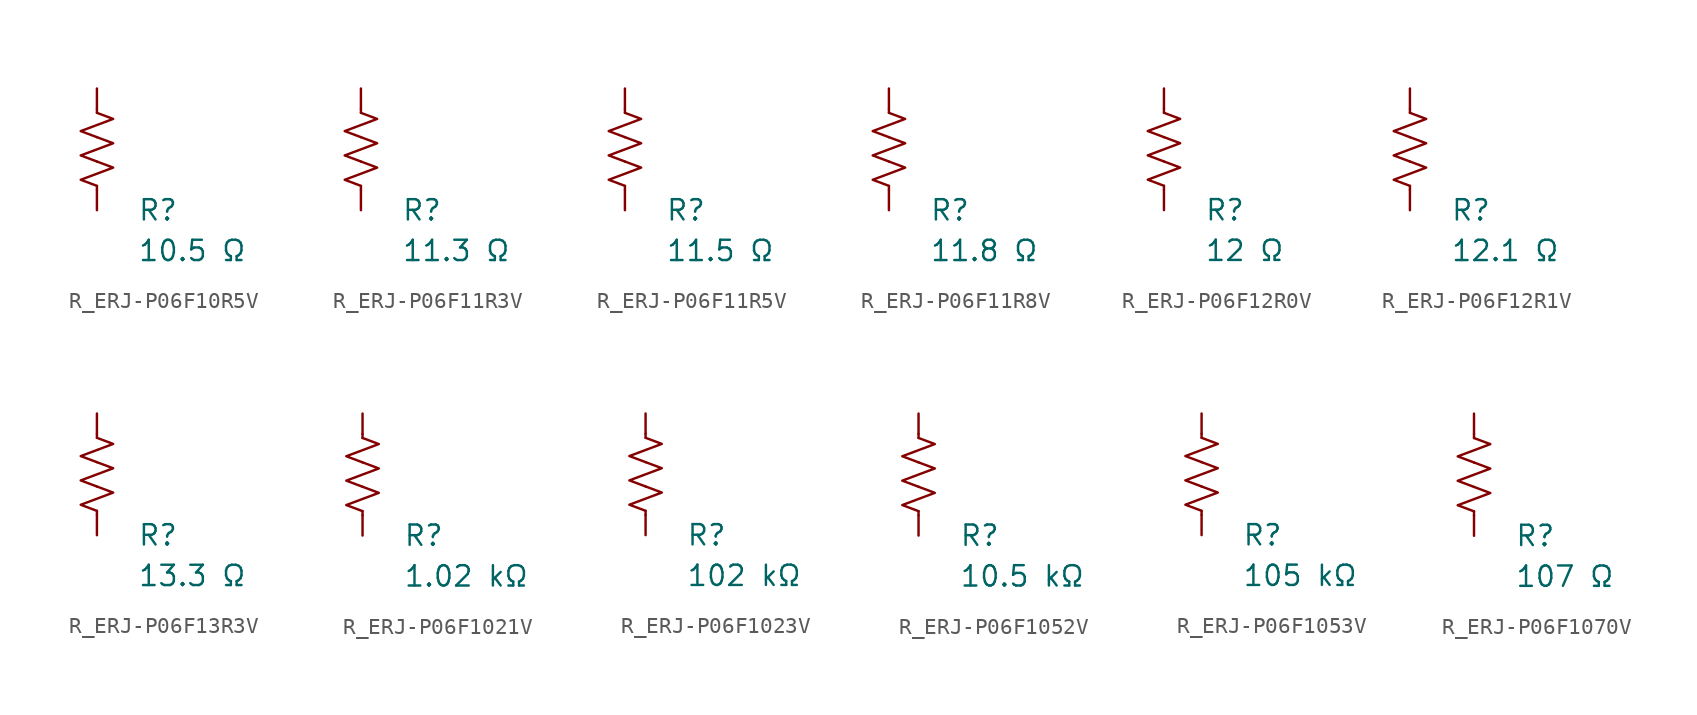
<source format=kicad_sym>
(kicad_symbol_lib
  (version 20231120)
  (generator "kicad_symbol_editor")
  (generator_version "8.0")
  (symbol "R_ERJ-P06F10R5V"
    (pin_numbers hide)
    (pin_names
      (offset 0))
    (property "Reference" "R"
      (at 2.54 -3.81 0)
      (effects (font (size 1.27 1.27)) (justify left))
      (show_name no))
    (property "Value" "10.5 Ω"
      (at 2.54 -6.35 0)
      (effects (font (size 1.27 1.27)) (justify left))
      (show_name no))
    (symbol "R_ERJ-P06F10R5V_0_1"
      (polyline (pts (xy 0 -2.286) (xy 0 -2.54)) (stroke (width 0) (type default)) (fill (type none)))
      (polyline (pts (xy 0 2.286) (xy 0 2.54)) (stroke (width 0) (type default)) (fill (type none)))
      (polyline (pts (xy 0 -0.762) (xy 1.016 -1.143) (xy 0 -1.524) (xy -1.016 -1.905) (xy 0 -2.286)) (stroke (width 0) (type default)) (fill (type none)))
      (polyline (pts (xy 0 0.762) (xy 1.016 0.381) (xy 0 0) (xy -1.016 -0.381) (xy 0 -0.762)) (stroke (width 0) (type default)) (fill (type none)))
      (polyline (pts (xy 0 2.286) (xy 1.016 1.905) (xy 0 1.524) (xy -1.016 1.143) (xy 0 0.762)) (stroke (width 0) (type default)) (fill (type none))))
    (symbol "R_ERJ-P06F10R5V_1_1"
      (pin passive line (at 0 3.81 270) (length 1.27) (name "~" (effects (font (size 1.27 1.27)))) (number "1" (effects (font (size 1.27 1.27)))))
      (pin passive line (at 0 -3.81 90) (length 1.27) (name "~" (effects (font (size 1.27 1.27)))) (number "2" (effects (font (size 1.27 1.27)))))))
  (symbol "R_ERJ-P06F11R3V"
    (pin_numbers hide)
    (pin_names
      (offset 0))
    (property "Reference" "R"
      (at 2.54 -3.81 0)
      (effects (font (size 1.27 1.27)) (justify left))
      (show_name no))
    (property "Value" "11.3 Ω"
      (at 2.54 -6.35 0)
      (effects (font (size 1.27 1.27)) (justify left))
      (show_name no))
    (symbol "R_ERJ-P06F11R3V_0_1"
      (polyline (pts (xy 0 -2.286) (xy 0 -2.54)) (stroke (width 0) (type default)) (fill (type none)))
      (polyline (pts (xy 0 2.286) (xy 0 2.54)) (stroke (width 0) (type default)) (fill (type none)))
      (polyline (pts (xy 0 -0.762) (xy 1.016 -1.143) (xy 0 -1.524) (xy -1.016 -1.905) (xy 0 -2.286)) (stroke (width 0) (type default)) (fill (type none)))
      (polyline (pts (xy 0 0.762) (xy 1.016 0.381) (xy 0 0) (xy -1.016 -0.381) (xy 0 -0.762)) (stroke (width 0) (type default)) (fill (type none)))
      (polyline (pts (xy 0 2.286) (xy 1.016 1.905) (xy 0 1.524) (xy -1.016 1.143) (xy 0 0.762)) (stroke (width 0) (type default)) (fill (type none))))
    (symbol "R_ERJ-P06F11R3V_1_1"
      (pin passive line (at 0 3.81 270) (length 1.27) (name "~" (effects (font (size 1.27 1.27)))) (number "1" (effects (font (size 1.27 1.27)))))
      (pin passive line (at 0 -3.81 90) (length 1.27) (name "~" (effects (font (size 1.27 1.27)))) (number "2" (effects (font (size 1.27 1.27)))))))
  (symbol "R_ERJ-P06F11R5V"
    (pin_numbers hide)
    (pin_names
      (offset 0))
    (property "Reference" "R"
      (at 2.54 -3.81 0)
      (effects (font (size 1.27 1.27)) (justify left))
      (show_name no))
    (property "Value" "11.5 Ω"
      (at 2.54 -6.35 0)
      (effects (font (size 1.27 1.27)) (justify left))
      (show_name no))
    (symbol "R_ERJ-P06F11R5V_0_1"
      (polyline (pts (xy 0 -2.286) (xy 0 -2.54)) (stroke (width 0) (type default)) (fill (type none)))
      (polyline (pts (xy 0 2.286) (xy 0 2.54)) (stroke (width 0) (type default)) (fill (type none)))
      (polyline (pts (xy 0 -0.762) (xy 1.016 -1.143) (xy 0 -1.524) (xy -1.016 -1.905) (xy 0 -2.286)) (stroke (width 0) (type default)) (fill (type none)))
      (polyline (pts (xy 0 0.762) (xy 1.016 0.381) (xy 0 0) (xy -1.016 -0.381) (xy 0 -0.762)) (stroke (width 0) (type default)) (fill (type none)))
      (polyline (pts (xy 0 2.286) (xy 1.016 1.905) (xy 0 1.524) (xy -1.016 1.143) (xy 0 0.762)) (stroke (width 0) (type default)) (fill (type none))))
    (symbol "R_ERJ-P06F11R5V_1_1"
      (pin passive line (at 0 3.81 270) (length 1.27) (name "~" (effects (font (size 1.27 1.27)))) (number "1" (effects (font (size 1.27 1.27)))))
      (pin passive line (at 0 -3.81 90) (length 1.27) (name "~" (effects (font (size 1.27 1.27)))) (number "2" (effects (font (size 1.27 1.27)))))))
  (symbol "R_ERJ-P06F11R8V"
    (pin_numbers hide)
    (pin_names
      (offset 0))
    (property "Reference" "R"
      (at 2.54 -3.81 0)
      (effects (font (size 1.27 1.27)) (justify left))
      (show_name no))
    (property "Value" "11.8 Ω"
      (at 2.54 -6.35 0)
      (effects (font (size 1.27 1.27)) (justify left))
      (show_name no))
    (symbol "R_ERJ-P06F11R8V_0_1"
      (polyline (pts (xy 0 -2.286) (xy 0 -2.54)) (stroke (width 0) (type default)) (fill (type none)))
      (polyline (pts (xy 0 2.286) (xy 0 2.54)) (stroke (width 0) (type default)) (fill (type none)))
      (polyline (pts (xy 0 -0.762) (xy 1.016 -1.143) (xy 0 -1.524) (xy -1.016 -1.905) (xy 0 -2.286)) (stroke (width 0) (type default)) (fill (type none)))
      (polyline (pts (xy 0 0.762) (xy 1.016 0.381) (xy 0 0) (xy -1.016 -0.381) (xy 0 -0.762)) (stroke (width 0) (type default)) (fill (type none)))
      (polyline (pts (xy 0 2.286) (xy 1.016 1.905) (xy 0 1.524) (xy -1.016 1.143) (xy 0 0.762)) (stroke (width 0) (type default)) (fill (type none))))
    (symbol "R_ERJ-P06F11R8V_1_1"
      (pin passive line (at 0 3.81 270) (length 1.27) (name "~" (effects (font (size 1.27 1.27)))) (number "1" (effects (font (size 1.27 1.27)))))
      (pin passive line (at 0 -3.81 90) (length 1.27) (name "~" (effects (font (size 1.27 1.27)))) (number "2" (effects (font (size 1.27 1.27)))))))
  (symbol "R_ERJ-P06F12R0V"
    (pin_numbers hide)
    (pin_names
      (offset 0))
    (property "Reference" "R"
      (at 2.54 -3.81 0)
      (effects (font (size 1.27 1.27)) (justify left))
      (show_name no))
    (property "Value" "12 Ω"
      (at 2.54 -6.35 0)
      (effects (font (size 1.27 1.27)) (justify left))
      (show_name no))
    (symbol "R_ERJ-P06F12R0V_0_1"
      (polyline (pts (xy 0 -2.286) (xy 0 -2.54)) (stroke (width 0) (type default)) (fill (type none)))
      (polyline (pts (xy 0 2.286) (xy 0 2.54)) (stroke (width 0) (type default)) (fill (type none)))
      (polyline (pts (xy 0 -0.762) (xy 1.016 -1.143) (xy 0 -1.524) (xy -1.016 -1.905) (xy 0 -2.286)) (stroke (width 0) (type default)) (fill (type none)))
      (polyline (pts (xy 0 0.762) (xy 1.016 0.381) (xy 0 0) (xy -1.016 -0.381) (xy 0 -0.762)) (stroke (width 0) (type default)) (fill (type none)))
      (polyline (pts (xy 0 2.286) (xy 1.016 1.905) (xy 0 1.524) (xy -1.016 1.143) (xy 0 0.762)) (stroke (width 0) (type default)) (fill (type none))))
    (symbol "R_ERJ-P06F12R0V_1_1"
      (pin passive line (at 0 3.81 270) (length 1.27) (name "~" (effects (font (size 1.27 1.27)))) (number "1" (effects (font (size 1.27 1.27)))))
      (pin passive line (at 0 -3.81 90) (length 1.27) (name "~" (effects (font (size 1.27 1.27)))) (number "2" (effects (font (size 1.27 1.27)))))))
  (symbol "R_ERJ-P06F12R1V"
    (pin_numbers hide)
    (pin_names
      (offset 0))
    (property "Reference" "R"
      (at 2.54 -3.81 0)
      (effects (font (size 1.27 1.27)) (justify left))
      (show_name no))
    (property "Value" "12.1 Ω"
      (at 2.54 -6.35 0)
      (effects (font (size 1.27 1.27)) (justify left))
      (show_name no))
    (symbol "R_ERJ-P06F12R1V_0_1"
      (polyline (pts (xy 0 -2.286) (xy 0 -2.54)) (stroke (width 0) (type default)) (fill (type none)))
      (polyline (pts (xy 0 2.286) (xy 0 2.54)) (stroke (width 0) (type default)) (fill (type none)))
      (polyline (pts (xy 0 -0.762) (xy 1.016 -1.143) (xy 0 -1.524) (xy -1.016 -1.905) (xy 0 -2.286)) (stroke (width 0) (type default)) (fill (type none)))
      (polyline (pts (xy 0 0.762) (xy 1.016 0.381) (xy 0 0) (xy -1.016 -0.381) (xy 0 -0.762)) (stroke (width 0) (type default)) (fill (type none)))
      (polyline (pts (xy 0 2.286) (xy 1.016 1.905) (xy 0 1.524) (xy -1.016 1.143) (xy 0 0.762)) (stroke (width 0) (type default)) (fill (type none))))
    (symbol "R_ERJ-P06F12R1V_1_1"
      (pin passive line (at 0 3.81 270) (length 1.27) (name "~" (effects (font (size 1.27 1.27)))) (number "1" (effects (font (size 1.27 1.27)))))
      (pin passive line (at 0 -3.81 90) (length 1.27) (name "~" (effects (font (size 1.27 1.27)))) (number "2" (effects (font (size 1.27 1.27)))))))
  (symbol "R_ERJ-P06F13R3V"
    (pin_numbers hide)
    (pin_names
      (offset 0))
    (property "Reference" "R"
      (at 2.54 -3.81 0)
      (effects (font (size 1.27 1.27)) (justify left))
      (show_name no))
    (property "Value" "13.3 Ω"
      (at 2.54 -6.35 0)
      (effects (font (size 1.27 1.27)) (justify left))
      (show_name no))
    (symbol "R_ERJ-P06F13R3V_0_1"
      (polyline (pts (xy 0 -2.286) (xy 0 -2.54)) (stroke (width 0) (type default)) (fill (type none)))
      (polyline (pts (xy 0 2.286) (xy 0 2.54)) (stroke (width 0) (type default)) (fill (type none)))
      (polyline (pts (xy 0 -0.762) (xy 1.016 -1.143) (xy 0 -1.524) (xy -1.016 -1.905) (xy 0 -2.286)) (stroke (width 0) (type default)) (fill (type none)))
      (polyline (pts (xy 0 0.762) (xy 1.016 0.381) (xy 0 0) (xy -1.016 -0.381) (xy 0 -0.762)) (stroke (width 0) (type default)) (fill (type none)))
      (polyline (pts (xy 0 2.286) (xy 1.016 1.905) (xy 0 1.524) (xy -1.016 1.143) (xy 0 0.762)) (stroke (width 0) (type default)) (fill (type none))))
    (symbol "R_ERJ-P06F13R3V_1_1"
      (pin passive line (at 0 3.81 270) (length 1.27) (name "~" (effects (font (size 1.27 1.27)))) (number "1" (effects (font (size 1.27 1.27)))))
      (pin passive line (at 0 -3.81 90) (length 1.27) (name "~" (effects (font (size 1.27 1.27)))) (number "2" (effects (font (size 1.27 1.27)))))))
  (symbol "R_ERJ-P06F1021V"
    (pin_numbers hide)
    (pin_names
      (offset 0))
    (property "Reference" "R"
      (at 2.54 -3.81 0)
      (effects (font (size 1.27 1.27)) (justify left))
      (show_name no))
    (property "Value" "1.02 kΩ"
      (at 2.54 -6.35 0)
      (effects (font (size 1.27 1.27)) (justify left))
      (show_name no))
    (symbol "R_ERJ-P06F1021V_0_1"
      (polyline (pts (xy 0 -2.286) (xy 0 -2.54)) (stroke (width 0) (type default)) (fill (type none)))
      (polyline (pts (xy 0 2.286) (xy 0 2.54)) (stroke (width 0) (type default)) (fill (type none)))
      (polyline (pts (xy 0 -0.762) (xy 1.016 -1.143) (xy 0 -1.524) (xy -1.016 -1.905) (xy 0 -2.286)) (stroke (width 0) (type default)) (fill (type none)))
      (polyline (pts (xy 0 0.762) (xy 1.016 0.381) (xy 0 0) (xy -1.016 -0.381) (xy 0 -0.762)) (stroke (width 0) (type default)) (fill (type none)))
      (polyline (pts (xy 0 2.286) (xy 1.016 1.905) (xy 0 1.524) (xy -1.016 1.143) (xy 0 0.762)) (stroke (width 0) (type default)) (fill (type none))))
    (symbol "R_ERJ-P06F1021V_1_1"
      (pin passive line (at 0 3.81 270) (length 1.27) (name "~" (effects (font (size 1.27 1.27)))) (number "1" (effects (font (size 1.27 1.27)))))
      (pin passive line (at 0 -3.81 90) (length 1.27) (name "~" (effects (font (size 1.27 1.27)))) (number "2" (effects (font (size 1.27 1.27)))))))
  (symbol "R_ERJ-P06F1023V"
    (pin_numbers hide)
    (pin_names
      (offset 0))
    (property "Reference" "R"
      (at 2.54 -3.81 0)
      (effects (font (size 1.27 1.27)) (justify left))
      (show_name no))
    (property "Value" "102 kΩ"
      (at 2.54 -6.35 0)
      (effects (font (size 1.27 1.27)) (justify left))
      (show_name no))
    (symbol "R_ERJ-P06F1023V_0_1"
      (polyline (pts (xy 0 -2.286) (xy 0 -2.54)) (stroke (width 0) (type default)) (fill (type none)))
      (polyline (pts (xy 0 2.286) (xy 0 2.54)) (stroke (width 0) (type default)) (fill (type none)))
      (polyline (pts (xy 0 -0.762) (xy 1.016 -1.143) (xy 0 -1.524) (xy -1.016 -1.905) (xy 0 -2.286)) (stroke (width 0) (type default)) (fill (type none)))
      (polyline (pts (xy 0 0.762) (xy 1.016 0.381) (xy 0 0) (xy -1.016 -0.381) (xy 0 -0.762)) (stroke (width 0) (type default)) (fill (type none)))
      (polyline (pts (xy 0 2.286) (xy 1.016 1.905) (xy 0 1.524) (xy -1.016 1.143) (xy 0 0.762)) (stroke (width 0) (type default)) (fill (type none))))
    (symbol "R_ERJ-P06F1023V_1_1"
      (pin passive line (at 0 3.81 270) (length 1.27) (name "~" (effects (font (size 1.27 1.27)))) (number "1" (effects (font (size 1.27 1.27)))))
      (pin passive line (at 0 -3.81 90) (length 1.27) (name "~" (effects (font (size 1.27 1.27)))) (number "2" (effects (font (size 1.27 1.27)))))))
  (symbol "R_ERJ-P06F1052V"
    (pin_numbers hide)
    (pin_names
      (offset 0))
    (property "Reference" "R"
      (at 2.54 -3.81 0)
      (effects (font (size 1.27 1.27)) (justify left))
      (show_name no))
    (property "Value" "10.5 kΩ"
      (at 2.54 -6.35 0)
      (effects (font (size 1.27 1.27)) (justify left))
      (show_name no))
    (symbol "R_ERJ-P06F1052V_0_1"
      (polyline (pts (xy 0 -2.286) (xy 0 -2.54)) (stroke (width 0) (type default)) (fill (type none)))
      (polyline (pts (xy 0 2.286) (xy 0 2.54)) (stroke (width 0) (type default)) (fill (type none)))
      (polyline (pts (xy 0 -0.762) (xy 1.016 -1.143) (xy 0 -1.524) (xy -1.016 -1.905) (xy 0 -2.286)) (stroke (width 0) (type default)) (fill (type none)))
      (polyline (pts (xy 0 0.762) (xy 1.016 0.381) (xy 0 0) (xy -1.016 -0.381) (xy 0 -0.762)) (stroke (width 0) (type default)) (fill (type none)))
      (polyline (pts (xy 0 2.286) (xy 1.016 1.905) (xy 0 1.524) (xy -1.016 1.143) (xy 0 0.762)) (stroke (width 0) (type default)) (fill (type none))))
    (symbol "R_ERJ-P06F1052V_1_1"
      (pin passive line (at 0 3.81 270) (length 1.27) (name "~" (effects (font (size 1.27 1.27)))) (number "1" (effects (font (size 1.27 1.27)))))
      (pin passive line (at 0 -3.81 90) (length 1.27) (name "~" (effects (font (size 1.27 1.27)))) (number "2" (effects (font (size 1.27 1.27)))))))
  (symbol "R_ERJ-P06F1053V"
    (pin_numbers hide)
    (pin_names
      (offset 0))
    (property "Reference" "R"
      (at 2.54 -3.81 0)
      (effects (font (size 1.27 1.27)) (justify left))
      (show_name no))
    (property "Value" "105 kΩ"
      (at 2.54 -6.35 0)
      (effects (font (size 1.27 1.27)) (justify left))
      (show_name no))
    (symbol "R_ERJ-P06F1053V_0_1"
      (polyline (pts (xy 0 -2.286) (xy 0 -2.54)) (stroke (width 0) (type default)) (fill (type none)))
      (polyline (pts (xy 0 2.286) (xy 0 2.54)) (stroke (width 0) (type default)) (fill (type none)))
      (polyline (pts (xy 0 -0.762) (xy 1.016 -1.143) (xy 0 -1.524) (xy -1.016 -1.905) (xy 0 -2.286)) (stroke (width 0) (type default)) (fill (type none)))
      (polyline (pts (xy 0 0.762) (xy 1.016 0.381) (xy 0 0) (xy -1.016 -0.381) (xy 0 -0.762)) (stroke (width 0) (type default)) (fill (type none)))
      (polyline (pts (xy 0 2.286) (xy 1.016 1.905) (xy 0 1.524) (xy -1.016 1.143) (xy 0 0.762)) (stroke (width 0) (type default)) (fill (type none))))
    (symbol "R_ERJ-P06F1053V_1_1"
      (pin passive line (at 0 3.81 270) (length 1.27) (name "~" (effects (font (size 1.27 1.27)))) (number "1" (effects (font (size 1.27 1.27)))))
      (pin passive line (at 0 -3.81 90) (length 1.27) (name "~" (effects (font (size 1.27 1.27)))) (number "2" (effects (font (size 1.27 1.27)))))))
  (symbol "R_ERJ-P06F1070V"
    (pin_numbers hide)
    (pin_names
      (offset 0))
    (property "Reference" "R"
      (at 2.54 -3.81 0)
      (effects (font (size 1.27 1.27)) (justify left))
      (show_name no))
    (property "Value" "107 Ω"
      (at 2.54 -6.35 0)
      (effects (font (size 1.27 1.27)) (justify left))
      (show_name no))
    (symbol "R_ERJ-P06F1070V_0_1"
      (polyline (pts (xy 0 -2.286) (xy 0 -2.54)) (stroke (width 0) (type default)) (fill (type none)))
      (polyline (pts (xy 0 2.286) (xy 0 2.54)) (stroke (width 0) (type default)) (fill (type none)))
      (polyline (pts (xy 0 -0.762) (xy 1.016 -1.143) (xy 0 -1.524) (xy -1.016 -1.905) (xy 0 -2.286)) (stroke (width 0) (type default)) (fill (type none)))
      (polyline (pts (xy 0 0.762) (xy 1.016 0.381) (xy 0 0) (xy -1.016 -0.381) (xy 0 -0.762)) (stroke (width 0) (type default)) (fill (type none)))
      (polyline (pts (xy 0 2.286) (xy 1.016 1.905) (xy 0 1.524) (xy -1.016 1.143) (xy 0 0.762)) (stroke (width 0) (type default)) (fill (type none))))
    (symbol "R_ERJ-P06F1070V_1_1"
      (pin passive line (at 0 3.81 270) (length 1.27) (name "~" (effects (font (size 1.27 1.27)))) (number "1" (effects (font (size 1.27 1.27)))))
      (pin passive line (at 0 -3.81 90) (length 1.27) (name "~" (effects (font (size 1.27 1.27)))) (number "2" (effects (font (size 1.27 1.27))))))))
</source>
